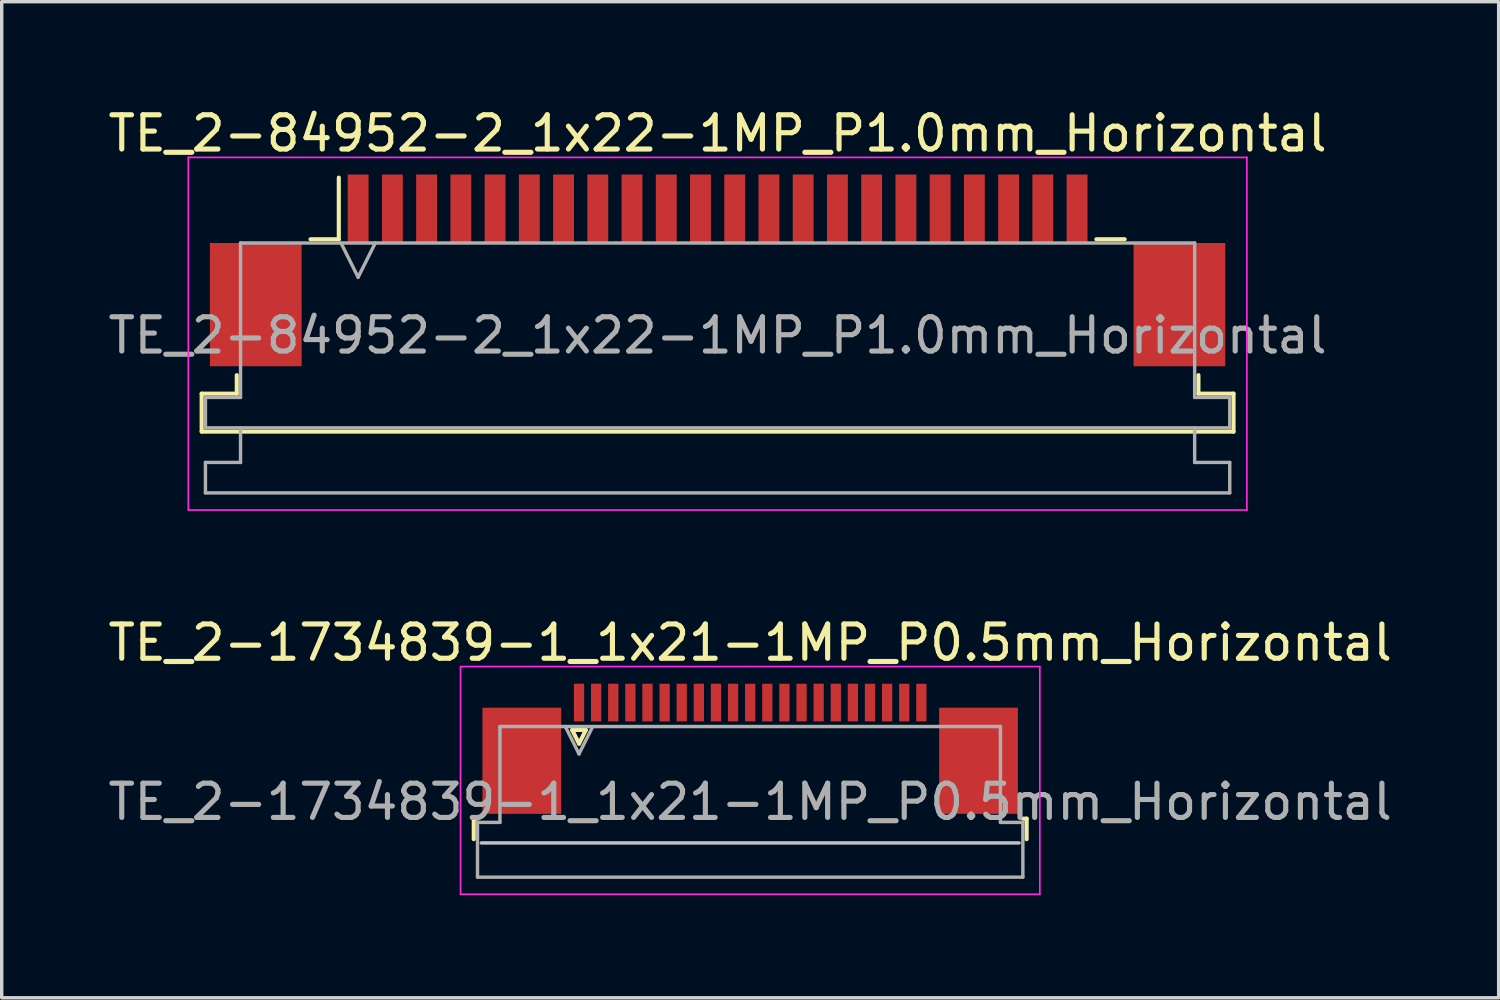
<source format=kicad_pcb>
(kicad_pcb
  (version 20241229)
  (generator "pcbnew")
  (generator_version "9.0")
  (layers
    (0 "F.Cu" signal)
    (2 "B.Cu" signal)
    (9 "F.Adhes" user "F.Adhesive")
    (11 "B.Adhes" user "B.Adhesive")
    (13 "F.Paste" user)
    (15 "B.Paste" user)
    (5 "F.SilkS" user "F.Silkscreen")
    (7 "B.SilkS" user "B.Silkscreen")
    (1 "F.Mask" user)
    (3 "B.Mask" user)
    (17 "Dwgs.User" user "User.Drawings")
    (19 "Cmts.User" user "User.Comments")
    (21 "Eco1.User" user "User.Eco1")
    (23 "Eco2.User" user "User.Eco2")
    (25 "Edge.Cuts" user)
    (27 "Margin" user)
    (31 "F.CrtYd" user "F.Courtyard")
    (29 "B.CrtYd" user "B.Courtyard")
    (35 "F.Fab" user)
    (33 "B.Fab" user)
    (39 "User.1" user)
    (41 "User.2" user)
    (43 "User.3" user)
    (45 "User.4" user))
  (footprint "TE_2-84952-2_1x22-1MP_P1.0mm_Horizontal"
    (layer "F.Cu")
    (at 17.911 4.848)
    (property "Reference" "TE_2-84952-2_1x22-1MP_P1.0mm_Horizontal" (at 0 -4 0) (layer "F.SilkS") (effects (font (size 1 1) (thickness 0.15))))
    (attr smd)
    (fp_line (start -15.07 3.6) (end -14.045 3.6) (stroke (width 0.12) (type solid)) (layer "F.SilkS"))
    (fp_line (start -15.07 4.71) (end -15.07 3.6) (stroke (width 0.12) (type solid)) (layer "F.SilkS"))
    (fp_line (start -14.045 3.6) (end -14.045 3.06) (stroke (width 0.12) (type solid)) (layer "F.SilkS"))
    (fp_line (start -11.89 -0.91) (end -11.065 -0.91) (stroke (width 0.12) (type solid)) (layer "F.SilkS"))
    (fp_line (start -11.065 -0.91) (end -11.065 -2.71) (stroke (width 0.12) (type solid)) (layer "F.SilkS"))
    (fp_line (start 11.065 -0.91) (end 11.89 -0.91) (stroke (width 0.12) (type solid)) (layer "F.SilkS"))
    (fp_line (start 14.045 3.06) (end 14.045 3.6) (stroke (width 0.12) (type solid)) (layer "F.SilkS"))
    (fp_line (start 14.045 3.6) (end 15.07 3.6) (stroke (width 0.12) (type solid)) (layer "F.SilkS"))
    (fp_line (start 15.07 3.6) (end 15.07 4.71) (stroke (width 0.12) (type solid)) (layer "F.SilkS"))
    (fp_line (start 15.07 4.71) (end -15.07 4.71) (stroke (width 0.12) (type solid)) (layer "F.SilkS"))
    (fp_line (start -15.46 -3.3) (end -15.46 7) (stroke (width 0.05) (type solid)) (layer "F.CrtYd"))
    (fp_line (start -15.46 7) (end 15.46 7) (stroke (width 0.05) (type solid)) (layer "F.CrtYd"))
    (fp_line (start 15.46 -3.3) (end -15.46 -3.3) (stroke (width 0.05) (type solid)) (layer "F.CrtYd"))
    (fp_line (start 15.46 7) (end 15.46 -3.3) (stroke (width 0.05) (type solid)) (layer "F.CrtYd"))
    (fp_line (start -14.96 3.71) (end -13.935 3.71) (stroke (width 0.1) (type solid)) (layer "F.Fab"))
    (fp_line (start -14.96 4.6) (end -14.96 3.71) (stroke (width 0.1) (type solid)) (layer "F.Fab"))
    (fp_line (start -14.96 5.61) (end -13.935 5.61) (stroke (width 0.1) (type solid)) (layer "F.Fab"))
    (fp_line (start -14.96 6.5) (end -14.96 5.61) (stroke (width 0.1) (type solid)) (layer "F.Fab"))
    (fp_line (start -13.935 -0.8) (end 13.935 -0.8) (stroke (width 0.1) (type solid)) (layer "F.Fab"))
    (fp_line (start -13.935 3.71) (end -13.935 -0.8) (stroke (width 0.1) (type solid)) (layer "F.Fab"))
    (fp_line (start -13.935 5.61) (end -13.935 4.6) (stroke (width 0.1) (type solid)) (layer "F.Fab"))
    (fp_line (start -11 -0.8) (end -10.5 0.2) (stroke (width 0.1) (type solid)) (layer "F.Fab"))
    (fp_line (start -10.5 0.2) (end -10 -0.8) (stroke (width 0.1) (type solid)) (layer "F.Fab"))
    (fp_line (start 13.935 -0.8) (end 13.935 3.71) (stroke (width 0.1) (type solid)) (layer "F.Fab"))
    (fp_line (start 13.935 3.71) (end 14.96 3.71) (stroke (width 0.1) (type solid)) (layer "F.Fab"))
    (fp_line (start 13.935 4.6) (end 13.935 5.61) (stroke (width 0.1) (type solid)) (layer "F.Fab"))
    (fp_line (start 13.935 5.61) (end 14.96 5.61) (stroke (width 0.1) (type solid)) (layer "F.Fab"))
    (fp_line (start 14.96 3.71) (end 14.96 4.6) (stroke (width 0.1) (type solid)) (layer "F.Fab"))
    (fp_line (start 14.96 4.6) (end -14.96 4.6) (stroke (width 0.1) (type solid)) (layer "F.Fab"))
    (fp_line (start 14.96 5.61) (end 14.96 6.5) (stroke (width 0.1) (type solid)) (layer "F.Fab"))
    (fp_line (start 14.96 6.5) (end -14.96 6.5) (stroke (width 0.1) (type solid)) (layer "F.Fab"))
    (fp_text user "${REFERENCE}" (at 0 1.9 0) (layer "F.Fab") (effects (font (size 1 1) (thickness 0.15))))
    (pad "1" smd rect (at -10.5 -1.8) (size 0.61 2) (layers "F.Cu" "F.Mask" "F.Paste"))
    (pad "2" smd rect (at -9.5 -1.8) (size 0.61 2) (layers "F.Cu" "F.Mask" "F.Paste"))
    (pad "3" smd rect (at -8.5 -1.8) (size 0.61 2) (layers "F.Cu" "F.Mask" "F.Paste"))
    (pad "4" smd rect (at -7.5 -1.8) (size 0.61 2) (layers "F.Cu" "F.Mask" "F.Paste"))
    (pad "5" smd rect (at -6.5 -1.8) (size 0.61 2) (layers "F.Cu" "F.Mask" "F.Paste"))
    (pad "6" smd rect (at -5.5 -1.8) (size 0.61 2) (layers "F.Cu" "F.Mask" "F.Paste"))
    (pad "7" smd rect (at -4.5 -1.8) (size 0.61 2) (layers "F.Cu" "F.Mask" "F.Paste"))
    (pad "8" smd rect (at -3.5 -1.8) (size 0.61 2) (layers "F.Cu" "F.Mask" "F.Paste"))
    (pad "9" smd rect (at -2.5 -1.8) (size 0.61 2) (layers "F.Cu" "F.Mask" "F.Paste"))
    (pad "10" smd rect (at -1.5 -1.8) (size 0.61 2) (layers "F.Cu" "F.Mask" "F.Paste"))
    (pad "11" smd rect (at -0.5 -1.8) (size 0.61 2) (layers "F.Cu" "F.Mask" "F.Paste"))
    (pad "12" smd rect (at 0.5 -1.8) (size 0.61 2) (layers "F.Cu" "F.Mask" "F.Paste"))
    (pad "13" smd rect (at 1.5 -1.8) (size 0.61 2) (layers "F.Cu" "F.Mask" "F.Paste"))
    (pad "14" smd rect (at 2.5 -1.8) (size 0.61 2) (layers "F.Cu" "F.Mask" "F.Paste"))
    (pad "15" smd rect (at 3.5 -1.8) (size 0.61 2) (layers "F.Cu" "F.Mask" "F.Paste"))
    (pad "16" smd rect (at 4.5 -1.8) (size 0.61 2) (layers "F.Cu" "F.Mask" "F.Paste"))
    (pad "17" smd rect (at 5.5 -1.8) (size 0.61 2) (layers "F.Cu" "F.Mask" "F.Paste"))
    (pad "18" smd rect (at 6.5 -1.8) (size 0.61 2) (layers "F.Cu" "F.Mask" "F.Paste"))
    (pad "19" smd rect (at 7.5 -1.8) (size 0.61 2) (layers "F.Cu" "F.Mask" "F.Paste"))
    (pad "20" smd rect (at 8.5 -1.8) (size 0.61 2) (layers "F.Cu" "F.Mask" "F.Paste"))
    (pad "21" smd rect (at 9.5 -1.8) (size 0.61 2) (layers "F.Cu" "F.Mask" "F.Paste"))
    (pad "22" smd rect (at 10.5 -1.8) (size 0.61 2) (layers "F.Cu" "F.Mask" "F.Paste"))
    (pad "MP" smd rect (at -13.49 1) (size 2.68 3.6) (layers "F.Cu" "F.Mask" "F.Paste"))
    (pad "MP" smd rect (at 13.49 1) (size 2.68 3.6) (layers "F.Cu" "F.Mask" "F.Paste")))
  (footprint "TE_2-1734839-1_1x21-1MP_P0.5mm_Horizontal"
    (layer "F.Cu")
    (at 18.863 18.822)
    (property "Reference" "TE_2-1734839-1_1x21-1MP_P0.5mm_Horizontal" (at 0 -3.1 0) (layer "F.SilkS") (effects (font (size 1 1) (thickness 0.15))))
    (attr smd)
    (fp_line (start -8.075 2.04) (end -8.075 2.64) (stroke (width 0.12) (type solid)) (layer "F.SilkS"))
    (fp_line (start -7.965 2.04) (end -8.075 2.04) (stroke (width 0.12) (type solid)) (layer "F.SilkS"))
    (fp_line (start -5.2 -0.55) (end -5 -0.15) (stroke (width 0.12) (type solid)) (layer "F.SilkS"))
    (fp_line (start -5 -0.15) (end -4.8 -0.55) (stroke (width 0.12) (type solid)) (layer "F.SilkS"))
    (fp_line (start -4.8 -0.55) (end -5.2 -0.55) (stroke (width 0.12) (type solid)) (layer "F.SilkS"))
    (fp_line (start 7.965 2.04) (end 8.075 2.04) (stroke (width 0.12) (type solid)) (layer "F.SilkS"))
    (fp_line (start 8.075 2.04) (end 8.075 2.64) (stroke (width 0.12) (type solid)) (layer "F.SilkS"))
    (fp_line (start 7.855 2.75) (end -7.855 2.75) (stroke (width 0.1) (type solid)) (layer "Dwgs.User"))
    (fp_line (start -8.46 -2.4) (end -8.46 4.25) (stroke (width 0.05) (type solid)) (layer "F.CrtYd"))
    (fp_line (start -8.46 4.25) (end 8.46 4.25) (stroke (width 0.05) (type solid)) (layer "F.CrtYd"))
    (fp_line (start 8.46 -2.4) (end -8.46 -2.4) (stroke (width 0.05) (type solid)) (layer "F.CrtYd"))
    (fp_line (start 8.46 4.25) (end 8.46 -2.4) (stroke (width 0.05) (type solid)) (layer "F.CrtYd"))
    (fp_line (start -7.965 2.15) (end -7.31 2.15) (stroke (width 0.1) (type solid)) (layer "F.Fab"))
    (fp_line (start -7.965 3.75) (end -7.965 2.15) (stroke (width 0.1) (type solid)) (layer "F.Fab"))
    (fp_line (start -7.31 -0.65) (end 7.31 -0.65) (stroke (width 0.1) (type solid)) (layer "F.Fab"))
    (fp_line (start -7.31 2.15) (end -7.31 -0.65) (stroke (width 0.1) (type solid)) (layer "F.Fab"))
    (fp_line (start -5.4 -0.65) (end -5 0.15) (stroke (width 0.1) (type solid)) (layer "F.Fab"))
    (fp_line (start -5 0.15) (end -4.6 -0.65) (stroke (width 0.1) (type solid)) (layer "F.Fab"))
    (fp_line (start 7.31 -0.65) (end 7.31 2.15) (stroke (width 0.1) (type solid)) (layer "F.Fab"))
    (fp_line (start 7.31 2.15) (end 7.965 2.15) (stroke (width 0.1) (type solid)) (layer "F.Fab"))
    (fp_line (start 7.965 2.15) (end 7.965 3.75) (stroke (width 0.1) (type solid)) (layer "F.Fab"))
    (fp_line (start 7.965 3.75) (end -7.965 3.75) (stroke (width 0.1) (type solid)) (layer "F.Fab"))
    (fp_text user "${REFERENCE}" (at 0 1.55 0) (layer "F.Fab") (effects (font (size 1 1) (thickness 0.15))))
    (pad "1" smd rect (at -5 -1.35) (size 0.3 1.1) (layers "F.Cu" "F.Mask" "F.Paste"))
    (pad "2" smd rect (at -4.5 -1.35) (size 0.3 1.1) (layers "F.Cu" "F.Mask" "F.Paste"))
    (pad "3" smd rect (at -4 -1.35) (size 0.3 1.1) (layers "F.Cu" "F.Mask" "F.Paste"))
    (pad "4" smd rect (at -3.5 -1.35) (size 0.3 1.1) (layers "F.Cu" "F.Mask" "F.Paste"))
    (pad "5" smd rect (at -3 -1.35) (size 0.3 1.1) (layers "F.Cu" "F.Mask" "F.Paste"))
    (pad "6" smd rect (at -2.5 -1.35) (size 0.3 1.1) (layers "F.Cu" "F.Mask" "F.Paste"))
    (pad "7" smd rect (at -2 -1.35) (size 0.3 1.1) (layers "F.Cu" "F.Mask" "F.Paste"))
    (pad "8" smd rect (at -1.5 -1.35) (size 0.3 1.1) (layers "F.Cu" "F.Mask" "F.Paste"))
    (pad "9" smd rect (at -1 -1.35) (size 0.3 1.1) (layers "F.Cu" "F.Mask" "F.Paste"))
    (pad "10" smd rect (at -0.5 -1.35) (size 0.3 1.1) (layers "F.Cu" "F.Mask" "F.Paste"))
    (pad "11" smd rect (at 0 -1.35) (size 0.3 1.1) (layers "F.Cu" "F.Mask" "F.Paste"))
    (pad "12" smd rect (at 0.5 -1.35) (size 0.3 1.1) (layers "F.Cu" "F.Mask" "F.Paste"))
    (pad "13" smd rect (at 1 -1.35) (size 0.3 1.1) (layers "F.Cu" "F.Mask" "F.Paste"))
    (pad "14" smd rect (at 1.5 -1.35) (size 0.3 1.1) (layers "F.Cu" "F.Mask" "F.Paste"))
    (pad "15" smd rect (at 2 -1.35) (size 0.3 1.1) (layers "F.Cu" "F.Mask" "F.Paste"))
    (pad "16" smd rect (at 2.5 -1.35) (size 0.3 1.1) (layers "F.Cu" "F.Mask" "F.Paste"))
    (pad "17" smd rect (at 3 -1.35) (size 0.3 1.1) (layers "F.Cu" "F.Mask" "F.Paste"))
    (pad "18" smd rect (at 3.5 -1.35) (size 0.3 1.1) (layers "F.Cu" "F.Mask" "F.Paste"))
    (pad "19" smd rect (at 4 -1.35) (size 0.3 1.1) (layers "F.Cu" "F.Mask" "F.Paste"))
    (pad "20" smd rect (at 4.5 -1.35) (size 0.3 1.1) (layers "F.Cu" "F.Mask" "F.Paste"))
    (pad "21" smd rect (at 5 -1.35) (size 0.3 1.1) (layers "F.Cu" "F.Mask" "F.Paste"))
    (pad "MP" smd rect (at -6.67 0.35) (size 2.3 3.1) (layers "F.Cu" "F.Mask" "F.Paste"))
    (pad "MP" smd rect (at 6.67 0.35) (size 2.3 3.1) (layers "F.Cu" "F.Mask" "F.Paste")))
  (gr_rect
    (start -3 -3)
    (end 40.726 26.096)
    (stroke (width 0.1) (type default))
    (fill no)
    (layer "Edge.Cuts")))
</source>
